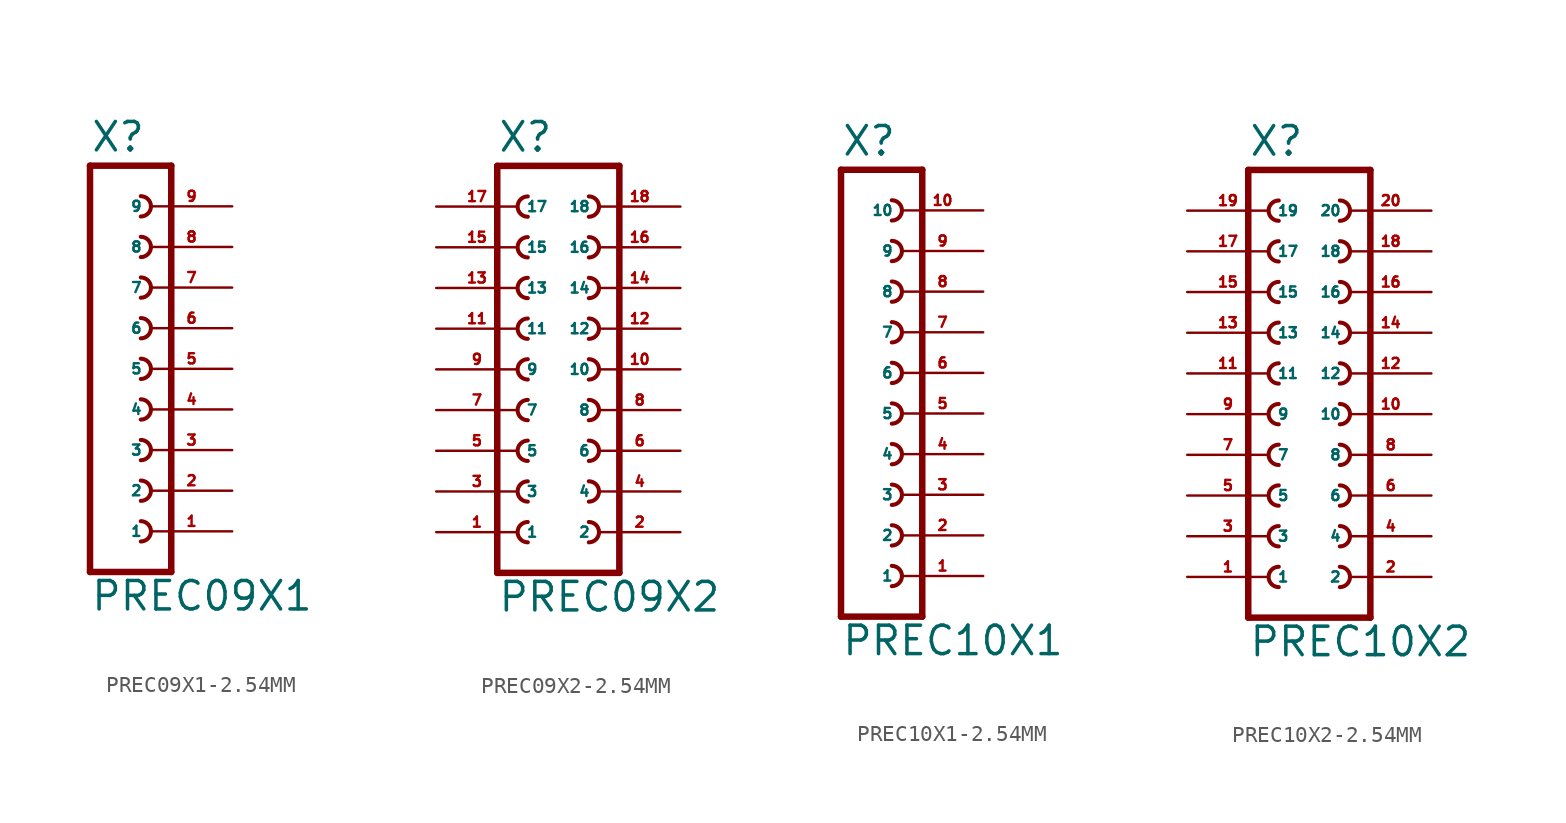
<source format=kicad_sym>
(kicad_symbol_lib
  (version 20220914)
  (generator Eagle2Kicad)
  (symbol "PREC09X1-2.54MM"
    (property "Reference" "X"
      (at -1.27 13.462 0)
      (effects (font (size 1.778 1.778) (thickness 0.22)) (justify left bottom)))
    (property "Value" "PREC09X1"
      (at -1.27 -15.24 0)
      (effects (font (size 1.778 1.778) (thickness 0.22)) (justify left bottom)))
    (polyline
      (pts (xy 3.81 -12.7) (xy -1.27 -12.7))
      (stroke (width 0.406) (type default))
      (fill (type none)))
    (arc
      (start 1.905 -5.715)
      (mid 2.540 -5.080)
      (end 1.905 -4.445)
      (stroke (width 0.254) (type default))
      (fill (type none)))
    (arc
      (start 1.905 -8.255)
      (mid 2.540 -7.620)
      (end 1.905 -6.985)
      (stroke (width 0.254) (type default))
      (fill (type none)))
    (arc
      (start 1.905 -10.795)
      (mid 2.540 -10.160)
      (end 1.905 -9.525)
      (stroke (width 0.254) (type default))
      (fill (type none)))
    (polyline
      (pts (xy -1.27 12.7) (xy -1.27 -12.7))
      (stroke (width 0.406) (type default))
      (fill (type none)))
    (polyline
      (pts (xy 3.81 -12.7) (xy 3.81 12.7))
      (stroke (width 0.406) (type default))
      (fill (type none)))
    (polyline
      (pts (xy -1.27 12.7) (xy 3.81 12.7))
      (stroke (width 0.406) (type default))
      (fill (type none)))
    (arc
      (start 1.905 -0.635)
      (mid 2.540 0.000)
      (end 1.905 0.635)
      (stroke (width 0.254) (type default))
      (fill (type none)))
    (arc
      (start 1.905 -3.175)
      (mid 2.540 -2.540)
      (end 1.905 -1.905)
      (stroke (width 0.254) (type default))
      (fill (type none)))
    (arc
      (start 1.905 1.905)
      (mid 2.540 2.540)
      (end 1.905 3.175)
      (stroke (width 0.254) (type default))
      (fill (type none)))
    (arc
      (start 1.905 4.445)
      (mid 2.540 5.080)
      (end 1.905 5.715)
      (stroke (width 0.254) (type default))
      (fill (type none)))
    (arc
      (start 1.905 6.985)
      (mid 2.540 7.620)
      (end 1.905 8.255)
      (stroke (width 0.254) (type default))
      (fill (type none)))
    (arc
      (start 1.905 9.525)
      (mid 2.540 10.160)
      (end 1.905 10.795)
      (stroke (width 0.254) (type default))
      (fill (type none)))
    (pin passive line
      (at 7.62 -10.16 180)
      (length 5.08)
      (name "1" (effects (font (size 0.635 0.635) (thickness 0.08)) (justify left bottom)))
      (number "1" (effects (font (size 0.635 0.635) (thickness 0.08)) (justify left bottom))))
    (pin passive line
      (at 7.62 -7.62 180)
      (length 5.08)
      (name "2" (effects (font (size 0.635 0.635) (thickness 0.08)) (justify left bottom)))
      (number "2" (effects (font (size 0.635 0.635) (thickness 0.08)) (justify left bottom))))
    (pin passive line
      (at 7.62 -5.08 180)
      (length 5.08)
      (name "3" (effects (font (size 0.635 0.635) (thickness 0.08)) (justify left bottom)))
      (number "3" (effects (font (size 0.635 0.635) (thickness 0.08)) (justify left bottom))))
    (pin passive line
      (at 7.62 -2.54 180)
      (length 5.08)
      (name "4" (effects (font (size 0.635 0.635) (thickness 0.08)) (justify left bottom)))
      (number "4" (effects (font (size 0.635 0.635) (thickness 0.08)) (justify left bottom))))
    (pin passive line
      (at 7.62 0 180)
      (length 5.08)
      (name "5" (effects (font (size 0.635 0.635) (thickness 0.08)) (justify left bottom)))
      (number "5" (effects (font (size 0.635 0.635) (thickness 0.08)) (justify left bottom))))
    (pin passive line
      (at 7.62 2.54 180)
      (length 5.08)
      (name "6" (effects (font (size 0.635 0.635) (thickness 0.08)) (justify left bottom)))
      (number "6" (effects (font (size 0.635 0.635) (thickness 0.08)) (justify left bottom))))
    (pin passive line
      (at 7.62 5.08 180)
      (length 5.08)
      (name "7" (effects (font (size 0.635 0.635) (thickness 0.08)) (justify left bottom)))
      (number "7" (effects (font (size 0.635 0.635) (thickness 0.08)) (justify left bottom))))
    (pin passive line
      (at 7.62 7.62 180)
      (length 5.08)
      (name "8" (effects (font (size 0.635 0.635) (thickness 0.08)) (justify left bottom)))
      (number "8" (effects (font (size 0.635 0.635) (thickness 0.08)) (justify left bottom))))
    (pin passive line
      (at 7.62 10.16 180)
      (length 5.08)
      (name "9" (effects (font (size 0.635 0.635) (thickness 0.08)) (justify left bottom)))
      (number "9" (effects (font (size 0.635 0.635) (thickness 0.08)) (justify left bottom)))))
  (symbol "PREC09X2-2.54MM"
    (property "Reference" "X"
      (at -3.81 13.462 0)
      (effects (font (size 1.778 1.778) (thickness 0.22)) (justify left bottom)))
    (property "Value" "PREC09X2"
      (at -3.81 -15.24 0)
      (effects (font (size 1.778 1.778) (thickness 0.22)) (justify left bottom)))
    (polyline
      (pts (xy 3.81 -12.7) (xy -3.81 -12.7))
      (stroke (width 0.406) (type default))
      (fill (type none)))
    (arc
      (start -1.905 -4.445)
      (mid -2.540 -5.080)
      (end -1.905 -5.715)
      (stroke (width 0.254) (type default))
      (fill (type none)))
    (arc
      (start -1.905 -6.985)
      (mid -2.540 -7.620)
      (end -1.905 -8.255)
      (stroke (width 0.254) (type default))
      (fill (type none)))
    (arc
      (start -1.905 -9.525)
      (mid -2.540 -10.160)
      (end -1.905 -10.795)
      (stroke (width 0.254) (type default))
      (fill (type none)))
    (arc
      (start 1.905 -5.715)
      (mid 2.540 -5.080)
      (end 1.905 -4.445)
      (stroke (width 0.254) (type default))
      (fill (type none)))
    (arc
      (start 1.905 -8.255)
      (mid 2.540 -7.620)
      (end 1.905 -6.985)
      (stroke (width 0.254) (type default))
      (fill (type none)))
    (arc
      (start 1.905 -10.795)
      (mid 2.540 -10.160)
      (end 1.905 -9.525)
      (stroke (width 0.254) (type default))
      (fill (type none)))
    (arc
      (start -1.905 0.635)
      (mid -2.540 0.000)
      (end -1.905 -0.635)
      (stroke (width 0.254) (type default))
      (fill (type none)))
    (arc
      (start -1.905 -1.905)
      (mid -2.540 -2.540)
      (end -1.905 -3.175)
      (stroke (width 0.254) (type default))
      (fill (type none)))
    (arc
      (start 1.905 -0.635)
      (mid 2.540 0.000)
      (end 1.905 0.635)
      (stroke (width 0.254) (type default))
      (fill (type none)))
    (arc
      (start 1.905 -3.175)
      (mid 2.540 -2.540)
      (end 1.905 -1.905)
      (stroke (width 0.254) (type default))
      (fill (type none)))
    (arc
      (start -1.905 8.255)
      (mid -2.540 7.620)
      (end -1.905 6.985)
      (stroke (width 0.254) (type default))
      (fill (type none)))
    (arc
      (start -1.905 5.715)
      (mid -2.540 5.080)
      (end -1.905 4.445)
      (stroke (width 0.254) (type default))
      (fill (type none)))
    (arc
      (start -1.905 3.175)
      (mid -2.540 2.540)
      (end -1.905 1.905)
      (stroke (width 0.254) (type default))
      (fill (type none)))
    (arc
      (start 1.905 6.985)
      (mid 2.540 7.620)
      (end 1.905 8.255)
      (stroke (width 0.254) (type default))
      (fill (type none)))
    (arc
      (start 1.905 4.445)
      (mid 2.540 5.080)
      (end 1.905 5.715)
      (stroke (width 0.254) (type default))
      (fill (type none)))
    (arc
      (start 1.905 1.905)
      (mid 2.540 2.540)
      (end 1.905 3.175)
      (stroke (width 0.254) (type default))
      (fill (type none)))
    (polyline
      (pts (xy -3.81 12.7) (xy -3.81 -12.7))
      (stroke (width 0.406) (type default))
      (fill (type none)))
    (polyline
      (pts (xy 3.81 -12.7) (xy 3.81 12.7))
      (stroke (width 0.406) (type default))
      (fill (type none)))
    (polyline
      (pts (xy -3.81 12.7) (xy 3.81 12.7))
      (stroke (width 0.406) (type default))
      (fill (type none)))
    (arc
      (start -1.905 10.795)
      (mid -2.540 10.160)
      (end -1.905 9.525)
      (stroke (width 0.254) (type default))
      (fill (type none)))
    (arc
      (start 1.905 9.525)
      (mid 2.540 10.160)
      (end 1.905 10.795)
      (stroke (width 0.254) (type default))
      (fill (type none)))
    (pin passive line
      (at -7.62 -10.16 0)
      (length 5.08)
      (name "1" (effects (font (size 0.635 0.635) (thickness 0.08)) (justify left bottom)))
      (number "1" (effects (font (size 0.635 0.635) (thickness 0.08)) (justify left bottom))))
    (pin passive line
      (at -7.62 -7.62 0)
      (length 5.08)
      (name "3" (effects (font (size 0.635 0.635) (thickness 0.08)) (justify left bottom)))
      (number "3" (effects (font (size 0.635 0.635) (thickness 0.08)) (justify left bottom))))
    (pin passive line
      (at -7.62 -5.08 0)
      (length 5.08)
      (name "5" (effects (font (size 0.635 0.635) (thickness 0.08)) (justify left bottom)))
      (number "5" (effects (font (size 0.635 0.635) (thickness 0.08)) (justify left bottom))))
    (pin passive line
      (at 7.62 -10.16 180)
      (length 5.08)
      (name "2" (effects (font (size 0.635 0.635) (thickness 0.08)) (justify left bottom)))
      (number "2" (effects (font (size 0.635 0.635) (thickness 0.08)) (justify left bottom))))
    (pin passive line
      (at 7.62 -7.62 180)
      (length 5.08)
      (name "4" (effects (font (size 0.635 0.635) (thickness 0.08)) (justify left bottom)))
      (number "4" (effects (font (size 0.635 0.635) (thickness 0.08)) (justify left bottom))))
    (pin passive line
      (at 7.62 -5.08 180)
      (length 5.08)
      (name "6" (effects (font (size 0.635 0.635) (thickness 0.08)) (justify left bottom)))
      (number "6" (effects (font (size 0.635 0.635) (thickness 0.08)) (justify left bottom))))
    (pin passive line
      (at -7.62 -2.54 0)
      (length 5.08)
      (name "7" (effects (font (size 0.635 0.635) (thickness 0.08)) (justify left bottom)))
      (number "7" (effects (font (size 0.635 0.635) (thickness 0.08)) (justify left bottom))))
    (pin passive line
      (at -7.62 0 0)
      (length 5.08)
      (name "9" (effects (font (size 0.635 0.635) (thickness 0.08)) (justify left bottom)))
      (number "9" (effects (font (size 0.635 0.635) (thickness 0.08)) (justify left bottom))))
    (pin passive line
      (at 7.62 -2.54 180)
      (length 5.08)
      (name "8" (effects (font (size 0.635 0.635) (thickness 0.08)) (justify left bottom)))
      (number "8" (effects (font (size 0.635 0.635) (thickness 0.08)) (justify left bottom))))
    (pin passive line
      (at 7.62 0 180)
      (length 5.08)
      (name "10" (effects (font (size 0.635 0.635) (thickness 0.08)) (justify left bottom)))
      (number "10" (effects (font (size 0.635 0.635) (thickness 0.08)) (justify left bottom))))
    (pin passive line
      (at -7.62 2.54 0)
      (length 5.08)
      (name "11" (effects (font (size 0.635 0.635) (thickness 0.08)) (justify left bottom)))
      (number "11" (effects (font (size 0.635 0.635) (thickness 0.08)) (justify left bottom))))
    (pin passive line
      (at -7.62 5.08 0)
      (length 5.08)
      (name "13" (effects (font (size 0.635 0.635) (thickness 0.08)) (justify left bottom)))
      (number "13" (effects (font (size 0.635 0.635) (thickness 0.08)) (justify left bottom))))
    (pin passive line
      (at -7.62 7.62 0)
      (length 5.08)
      (name "15" (effects (font (size 0.635 0.635) (thickness 0.08)) (justify left bottom)))
      (number "15" (effects (font (size 0.635 0.635) (thickness 0.08)) (justify left bottom))))
    (pin passive line
      (at 7.62 2.54 180)
      (length 5.08)
      (name "12" (effects (font (size 0.635 0.635) (thickness 0.08)) (justify left bottom)))
      (number "12" (effects (font (size 0.635 0.635) (thickness 0.08)) (justify left bottom))))
    (pin passive line
      (at 7.62 5.08 180)
      (length 5.08)
      (name "14" (effects (font (size 0.635 0.635) (thickness 0.08)) (justify left bottom)))
      (number "14" (effects (font (size 0.635 0.635) (thickness 0.08)) (justify left bottom))))
    (pin passive line
      (at 7.62 7.62 180)
      (length 5.08)
      (name "16" (effects (font (size 0.635 0.635) (thickness 0.08)) (justify left bottom)))
      (number "16" (effects (font (size 0.635 0.635) (thickness 0.08)) (justify left bottom))))
    (pin passive line
      (at -7.62 10.16 0)
      (length 5.08)
      (name "17" (effects (font (size 0.635 0.635) (thickness 0.08)) (justify left bottom)))
      (number "17" (effects (font (size 0.635 0.635) (thickness 0.08)) (justify left bottom))))
    (pin passive line
      (at 7.62 10.16 180)
      (length 5.08)
      (name "18" (effects (font (size 0.635 0.635) (thickness 0.08)) (justify left bottom)))
      (number "18" (effects (font (size 0.635 0.635) (thickness 0.08)) (justify left bottom)))))
  (symbol "PREC10X1-2.54MM"
    (property "Reference" "X"
      (at -1.27 16.002 0)
      (effects (font (size 1.778 1.778) (thickness 0.22)) (justify left bottom)))
    (property "Value" "PREC10X1"
      (at -1.27 -15.24 0)
      (effects (font (size 1.778 1.778) (thickness 0.22)) (justify left bottom)))
    (polyline
      (pts (xy 3.81 -12.7) (xy -1.27 -12.7))
      (stroke (width 0.406) (type default))
      (fill (type none)))
    (arc
      (start 1.905 -5.715)
      (mid 2.540 -5.080)
      (end 1.905 -4.445)
      (stroke (width 0.254) (type default))
      (fill (type none)))
    (arc
      (start 1.905 -8.255)
      (mid 2.540 -7.620)
      (end 1.905 -6.985)
      (stroke (width 0.254) (type default))
      (fill (type none)))
    (arc
      (start 1.905 -10.795)
      (mid 2.540 -10.160)
      (end 1.905 -9.525)
      (stroke (width 0.254) (type default))
      (fill (type none)))
    (arc
      (start 1.905 -0.635)
      (mid 2.540 0.000)
      (end 1.905 0.635)
      (stroke (width 0.254) (type default))
      (fill (type none)))
    (arc
      (start 1.905 -3.175)
      (mid 2.540 -2.540)
      (end 1.905 -1.905)
      (stroke (width 0.254) (type default))
      (fill (type none)))
    (arc
      (start 1.905 6.985)
      (mid 2.540 7.620)
      (end 1.905 8.255)
      (stroke (width 0.254) (type default))
      (fill (type none)))
    (arc
      (start 1.905 4.445)
      (mid 2.540 5.080)
      (end 1.905 5.715)
      (stroke (width 0.254) (type default))
      (fill (type none)))
    (arc
      (start 1.905 1.905)
      (mid 2.540 2.540)
      (end 1.905 3.175)
      (stroke (width 0.254) (type default))
      (fill (type none)))
    (polyline
      (pts (xy -1.27 15.24) (xy -1.27 -12.7))
      (stroke (width 0.406) (type default))
      (fill (type none)))
    (polyline
      (pts (xy 3.81 -12.7) (xy 3.81 15.24))
      (stroke (width 0.406) (type default))
      (fill (type none)))
    (polyline
      (pts (xy -1.27 15.24) (xy 3.81 15.24))
      (stroke (width 0.406) (type default))
      (fill (type none)))
    (arc
      (start 1.905 12.065)
      (mid 2.540 12.700)
      (end 1.905 13.335)
      (stroke (width 0.254) (type default))
      (fill (type none)))
    (arc
      (start 1.905 9.525)
      (mid 2.540 10.160)
      (end 1.905 10.795)
      (stroke (width 0.254) (type default))
      (fill (type none)))
    (pin passive line
      (at 7.62 -10.16 180)
      (length 5.08)
      (name "1" (effects (font (size 0.635 0.635) (thickness 0.08)) (justify left bottom)))
      (number "1" (effects (font (size 0.635 0.635) (thickness 0.08)) (justify left bottom))))
    (pin passive line
      (at 7.62 -7.62 180)
      (length 5.08)
      (name "2" (effects (font (size 0.635 0.635) (thickness 0.08)) (justify left bottom)))
      (number "2" (effects (font (size 0.635 0.635) (thickness 0.08)) (justify left bottom))))
    (pin passive line
      (at 7.62 -5.08 180)
      (length 5.08)
      (name "3" (effects (font (size 0.635 0.635) (thickness 0.08)) (justify left bottom)))
      (number "3" (effects (font (size 0.635 0.635) (thickness 0.08)) (justify left bottom))))
    (pin passive line
      (at 7.62 -2.54 180)
      (length 5.08)
      (name "4" (effects (font (size 0.635 0.635) (thickness 0.08)) (justify left bottom)))
      (number "4" (effects (font (size 0.635 0.635) (thickness 0.08)) (justify left bottom))))
    (pin passive line
      (at 7.62 0 180)
      (length 5.08)
      (name "5" (effects (font (size 0.635 0.635) (thickness 0.08)) (justify left bottom)))
      (number "5" (effects (font (size 0.635 0.635) (thickness 0.08)) (justify left bottom))))
    (pin passive line
      (at 7.62 2.54 180)
      (length 5.08)
      (name "6" (effects (font (size 0.635 0.635) (thickness 0.08)) (justify left bottom)))
      (number "6" (effects (font (size 0.635 0.635) (thickness 0.08)) (justify left bottom))))
    (pin passive line
      (at 7.62 5.08 180)
      (length 5.08)
      (name "7" (effects (font (size 0.635 0.635) (thickness 0.08)) (justify left bottom)))
      (number "7" (effects (font (size 0.635 0.635) (thickness 0.08)) (justify left bottom))))
    (pin passive line
      (at 7.62 7.62 180)
      (length 5.08)
      (name "8" (effects (font (size 0.635 0.635) (thickness 0.08)) (justify left bottom)))
      (number "8" (effects (font (size 0.635 0.635) (thickness 0.08)) (justify left bottom))))
    (pin passive line
      (at 7.62 10.16 180)
      (length 5.08)
      (name "9" (effects (font (size 0.635 0.635) (thickness 0.08)) (justify left bottom)))
      (number "9" (effects (font (size 0.635 0.635) (thickness 0.08)) (justify left bottom))))
    (pin passive line
      (at 7.62 12.7 180)
      (length 5.08)
      (name "10" (effects (font (size 0.635 0.635) (thickness 0.08)) (justify left bottom)))
      (number "10" (effects (font (size 0.635 0.635) (thickness 0.08)) (justify left bottom)))))
  (symbol "PREC10X2-2.54MM"
    (property "Reference" "X"
      (at -3.81 16.002 0)
      (effects (font (size 1.778 1.778) (thickness 0.22)) (justify left bottom)))
    (property "Value" "PREC10X2"
      (at -3.81 -15.24 0)
      (effects (font (size 1.778 1.778) (thickness 0.22)) (justify left bottom)))
    (polyline
      (pts (xy 3.81 -12.7) (xy -3.81 -12.7))
      (stroke (width 0.406) (type default))
      (fill (type none)))
    (arc
      (start -1.905 -4.445)
      (mid -2.540 -5.080)
      (end -1.905 -5.715)
      (stroke (width 0.254) (type default))
      (fill (type none)))
    (arc
      (start -1.905 -6.985)
      (mid -2.540 -7.620)
      (end -1.905 -8.255)
      (stroke (width 0.254) (type default))
      (fill (type none)))
    (arc
      (start -1.905 -9.525)
      (mid -2.540 -10.160)
      (end -1.905 -10.795)
      (stroke (width 0.254) (type default))
      (fill (type none)))
    (arc
      (start 1.905 -5.715)
      (mid 2.540 -5.080)
      (end 1.905 -4.445)
      (stroke (width 0.254) (type default))
      (fill (type none)))
    (arc
      (start 1.905 -8.255)
      (mid 2.540 -7.620)
      (end 1.905 -6.985)
      (stroke (width 0.254) (type default))
      (fill (type none)))
    (arc
      (start 1.905 -10.795)
      (mid 2.540 -10.160)
      (end 1.905 -9.525)
      (stroke (width 0.254) (type default))
      (fill (type none)))
    (arc
      (start -1.905 0.635)
      (mid -2.540 0.000)
      (end -1.905 -0.635)
      (stroke (width 0.254) (type default))
      (fill (type none)))
    (arc
      (start -1.905 -1.905)
      (mid -2.540 -2.540)
      (end -1.905 -3.175)
      (stroke (width 0.254) (type default))
      (fill (type none)))
    (arc
      (start 1.905 -0.635)
      (mid 2.540 0.000)
      (end 1.905 0.635)
      (stroke (width 0.254) (type default))
      (fill (type none)))
    (arc
      (start 1.905 -3.175)
      (mid 2.540 -2.540)
      (end 1.905 -1.905)
      (stroke (width 0.254) (type default))
      (fill (type none)))
    (arc
      (start -1.905 8.255)
      (mid -2.540 7.620)
      (end -1.905 6.985)
      (stroke (width 0.254) (type default))
      (fill (type none)))
    (arc
      (start -1.905 5.715)
      (mid -2.540 5.080)
      (end -1.905 4.445)
      (stroke (width 0.254) (type default))
      (fill (type none)))
    (arc
      (start -1.905 3.175)
      (mid -2.540 2.540)
      (end -1.905 1.905)
      (stroke (width 0.254) (type default))
      (fill (type none)))
    (arc
      (start 1.905 6.985)
      (mid 2.540 7.620)
      (end 1.905 8.255)
      (stroke (width 0.254) (type default))
      (fill (type none)))
    (arc
      (start 1.905 4.445)
      (mid 2.540 5.080)
      (end 1.905 5.715)
      (stroke (width 0.254) (type default))
      (fill (type none)))
    (arc
      (start 1.905 1.905)
      (mid 2.540 2.540)
      (end 1.905 3.175)
      (stroke (width 0.254) (type default))
      (fill (type none)))
    (polyline
      (pts (xy -3.81 15.24) (xy -3.81 -12.7))
      (stroke (width 0.406) (type default))
      (fill (type none)))
    (polyline
      (pts (xy 3.81 -12.7) (xy 3.81 15.24))
      (stroke (width 0.406) (type default))
      (fill (type none)))
    (polyline
      (pts (xy -3.81 15.24) (xy 3.81 15.24))
      (stroke (width 0.406) (type default))
      (fill (type none)))
    (arc
      (start -1.905 13.335)
      (mid -2.540 12.700)
      (end -1.905 12.065)
      (stroke (width 0.254) (type default))
      (fill (type none)))
    (arc
      (start -1.905 10.795)
      (mid -2.540 10.160)
      (end -1.905 9.525)
      (stroke (width 0.254) (type default))
      (fill (type none)))
    (arc
      (start 1.905 12.065)
      (mid 2.540 12.700)
      (end 1.905 13.335)
      (stroke (width 0.254) (type default))
      (fill (type none)))
    (arc
      (start 1.905 9.525)
      (mid 2.540 10.160)
      (end 1.905 10.795)
      (stroke (width 0.254) (type default))
      (fill (type none)))
    (pin passive line
      (at -7.62 -10.16 0)
      (length 5.08)
      (name "1" (effects (font (size 0.635 0.635) (thickness 0.08)) (justify left bottom)))
      (number "1" (effects (font (size 0.635 0.635) (thickness 0.08)) (justify left bottom))))
    (pin passive line
      (at -7.62 -7.62 0)
      (length 5.08)
      (name "3" (effects (font (size 0.635 0.635) (thickness 0.08)) (justify left bottom)))
      (number "3" (effects (font (size 0.635 0.635) (thickness 0.08)) (justify left bottom))))
    (pin passive line
      (at -7.62 -5.08 0)
      (length 5.08)
      (name "5" (effects (font (size 0.635 0.635) (thickness 0.08)) (justify left bottom)))
      (number "5" (effects (font (size 0.635 0.635) (thickness 0.08)) (justify left bottom))))
    (pin passive line
      (at 7.62 -10.16 180)
      (length 5.08)
      (name "2" (effects (font (size 0.635 0.635) (thickness 0.08)) (justify left bottom)))
      (number "2" (effects (font (size 0.635 0.635) (thickness 0.08)) (justify left bottom))))
    (pin passive line
      (at 7.62 -7.62 180)
      (length 5.08)
      (name "4" (effects (font (size 0.635 0.635) (thickness 0.08)) (justify left bottom)))
      (number "4" (effects (font (size 0.635 0.635) (thickness 0.08)) (justify left bottom))))
    (pin passive line
      (at 7.62 -5.08 180)
      (length 5.08)
      (name "6" (effects (font (size 0.635 0.635) (thickness 0.08)) (justify left bottom)))
      (number "6" (effects (font (size 0.635 0.635) (thickness 0.08)) (justify left bottom))))
    (pin passive line
      (at -7.62 -2.54 0)
      (length 5.08)
      (name "7" (effects (font (size 0.635 0.635) (thickness 0.08)) (justify left bottom)))
      (number "7" (effects (font (size 0.635 0.635) (thickness 0.08)) (justify left bottom))))
    (pin passive line
      (at -7.62 0 0)
      (length 5.08)
      (name "9" (effects (font (size 0.635 0.635) (thickness 0.08)) (justify left bottom)))
      (number "9" (effects (font (size 0.635 0.635) (thickness 0.08)) (justify left bottom))))
    (pin passive line
      (at 7.62 -2.54 180)
      (length 5.08)
      (name "8" (effects (font (size 0.635 0.635) (thickness 0.08)) (justify left bottom)))
      (number "8" (effects (font (size 0.635 0.635) (thickness 0.08)) (justify left bottom))))
    (pin passive line
      (at 7.62 0 180)
      (length 5.08)
      (name "10" (effects (font (size 0.635 0.635) (thickness 0.08)) (justify left bottom)))
      (number "10" (effects (font (size 0.635 0.635) (thickness 0.08)) (justify left bottom))))
    (pin passive line
      (at -7.62 2.54 0)
      (length 5.08)
      (name "11" (effects (font (size 0.635 0.635) (thickness 0.08)) (justify left bottom)))
      (number "11" (effects (font (size 0.635 0.635) (thickness 0.08)) (justify left bottom))))
    (pin passive line
      (at -7.62 5.08 0)
      (length 5.08)
      (name "13" (effects (font (size 0.635 0.635) (thickness 0.08)) (justify left bottom)))
      (number "13" (effects (font (size 0.635 0.635) (thickness 0.08)) (justify left bottom))))
    (pin passive line
      (at -7.62 7.62 0)
      (length 5.08)
      (name "15" (effects (font (size 0.635 0.635) (thickness 0.08)) (justify left bottom)))
      (number "15" (effects (font (size 0.635 0.635) (thickness 0.08)) (justify left bottom))))
    (pin passive line
      (at 7.62 2.54 180)
      (length 5.08)
      (name "12" (effects (font (size 0.635 0.635) (thickness 0.08)) (justify left bottom)))
      (number "12" (effects (font (size 0.635 0.635) (thickness 0.08)) (justify left bottom))))
    (pin passive line
      (at 7.62 5.08 180)
      (length 5.08)
      (name "14" (effects (font (size 0.635 0.635) (thickness 0.08)) (justify left bottom)))
      (number "14" (effects (font (size 0.635 0.635) (thickness 0.08)) (justify left bottom))))
    (pin passive line
      (at 7.62 7.62 180)
      (length 5.08)
      (name "16" (effects (font (size 0.635 0.635) (thickness 0.08)) (justify left bottom)))
      (number "16" (effects (font (size 0.635 0.635) (thickness 0.08)) (justify left bottom))))
    (pin passive line
      (at -7.62 10.16 0)
      (length 5.08)
      (name "17" (effects (font (size 0.635 0.635) (thickness 0.08)) (justify left bottom)))
      (number "17" (effects (font (size 0.635 0.635) (thickness 0.08)) (justify left bottom))))
    (pin passive line
      (at -7.62 12.7 0)
      (length 5.08)
      (name "19" (effects (font (size 0.635 0.635) (thickness 0.08)) (justify left bottom)))
      (number "19" (effects (font (size 0.635 0.635) (thickness 0.08)) (justify left bottom))))
    (pin passive line
      (at 7.62 10.16 180)
      (length 5.08)
      (name "18" (effects (font (size 0.635 0.635) (thickness 0.08)) (justify left bottom)))
      (number "18" (effects (font (size 0.635 0.635) (thickness 0.08)) (justify left bottom))))
    (pin passive line
      (at 7.62 12.7 180)
      (length 5.08)
      (name "20" (effects (font (size 0.635 0.635) (thickness 0.08)) (justify left bottom)))
      (number "20" (effects (font (size 0.635 0.635) (thickness 0.08)) (justify left bottom))))))
</source>
